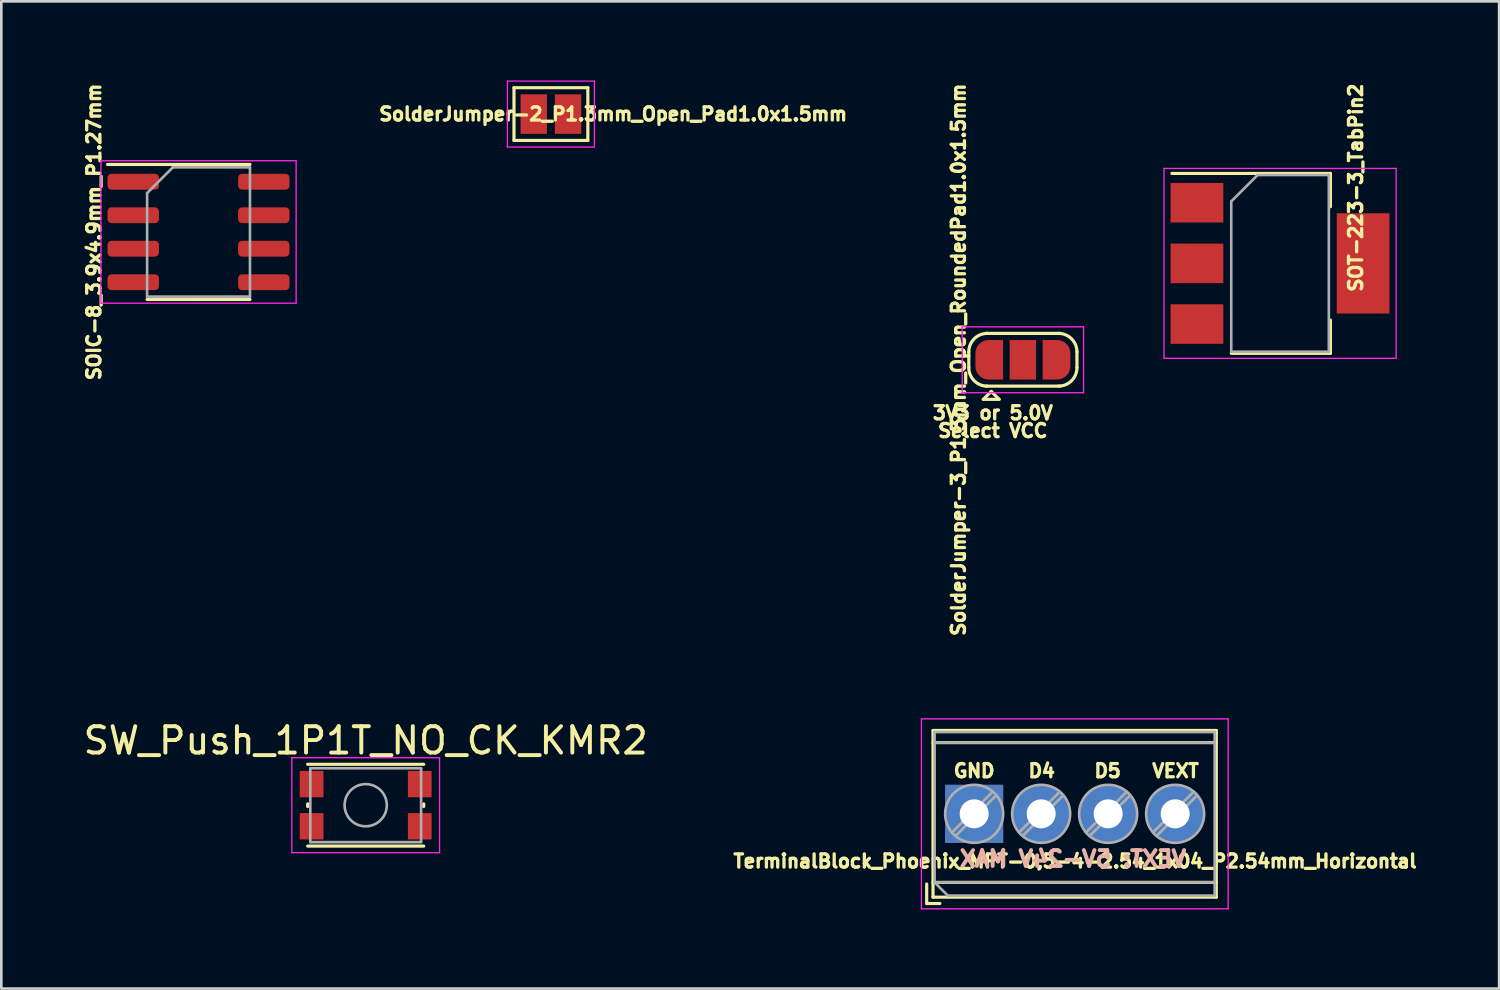
<source format=kicad_pcb>
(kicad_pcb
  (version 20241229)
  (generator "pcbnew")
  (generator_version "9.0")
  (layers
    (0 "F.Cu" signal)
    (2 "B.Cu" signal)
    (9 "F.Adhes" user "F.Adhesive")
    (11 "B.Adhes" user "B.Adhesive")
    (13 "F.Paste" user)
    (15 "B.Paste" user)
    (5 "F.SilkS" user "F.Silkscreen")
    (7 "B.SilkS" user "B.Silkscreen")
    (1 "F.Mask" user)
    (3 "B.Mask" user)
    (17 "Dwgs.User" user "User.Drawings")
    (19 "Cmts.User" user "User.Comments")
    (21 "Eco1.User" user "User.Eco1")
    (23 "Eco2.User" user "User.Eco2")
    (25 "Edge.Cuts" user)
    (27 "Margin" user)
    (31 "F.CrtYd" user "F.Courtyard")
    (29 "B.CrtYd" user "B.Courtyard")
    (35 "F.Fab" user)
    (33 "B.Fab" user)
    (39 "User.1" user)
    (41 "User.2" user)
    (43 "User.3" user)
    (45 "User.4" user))
  (footprint "SW_Push_1P1T_NO_CK_KMR2"
    (layer "F.Cu")
    (at 10.815 27.478)
    (property "Reference" "SW_Push_1P1T_NO_CK_KMR2" (at 0 -2.45 0) (layer "F.SilkS") (effects (font (size 1 1) (thickness 0.15))))
    (attr smd)
    (fp_line (start -2.2 0.05) (end -2.2 -0.05) (stroke (width 0.12) (type solid)) (layer "F.SilkS"))
    (fp_line (start -2.2 1.55) (end 2.2 1.55) (stroke (width 0.12) (type solid)) (layer "F.SilkS"))
    (fp_line (start 2.2 -1.55) (end -2.2 -1.55) (stroke (width 0.12) (type solid)) (layer "F.SilkS"))
    (fp_line (start 2.2 0.05) (end 2.2 -0.05) (stroke (width 0.12) (type solid)) (layer "F.SilkS"))
    (fp_line (start -2.8 -1.8) (end 2.8 -1.8) (stroke (width 0.05) (type solid)) (layer "F.CrtYd"))
    (fp_line (start -2.8 1.8) (end -2.8 -1.8) (stroke (width 0.05) (type solid)) (layer "F.CrtYd"))
    (fp_line (start 2.8 -1.8) (end 2.8 1.8) (stroke (width 0.05) (type solid)) (layer "F.CrtYd"))
    (fp_line (start 2.8 1.8) (end -2.8 1.8) (stroke (width 0.05) (type solid)) (layer "F.CrtYd"))
    (fp_line (start -2.1 -1.4) (end 2.1 -1.4) (stroke (width 0.1) (type solid)) (layer "F.Fab"))
    (fp_line (start -2.1 1.4) (end -2.1 -1.4) (stroke (width 0.1) (type solid)) (layer "F.Fab"))
    (fp_line (start 2.1 -1.4) (end 2.1 1.4) (stroke (width 0.1) (type solid)) (layer "F.Fab"))
    (fp_line (start 2.1 1.4) (end -2.1 1.4) (stroke (width 0.1) (type solid)) (layer "F.Fab"))
    (fp_circle (center 0 0) (end 0 0.8) (stroke (width 0.1) (type solid)) (fill no) (layer "F.Fab"))
    (pad "1" smd rect (at -2.05 -0.8) (size 0.9 1) (layers "F.Cu" "F.Mask" "F.Paste"))
    (pad "1" smd rect (at -2.05 0.8) (size 0.9 1) (layers "F.Cu" "F.Mask" "F.Paste"))
    (pad "2" smd rect (at 2.05 -0.8) (size 0.9 1) (layers "F.Cu" "F.Mask" "F.Paste"))
    (pad "2" smd rect (at 2.05 0.8) (size 0.9 1) (layers "F.Cu" "F.Mask" "F.Paste")))
  (footprint "SolderJumper-3_P1.3mm_Open_RoundedPad1.0x1.5mm"
    (layer "F.Cu")
    (at 35.731 10.59)
    (property "Reference" "SolderJumper-3_P1.3mm_Open_RoundedPad1.0x1.5mm" (at -2.44 0 90) (layer "F.SilkS") (effects (font (size 0.5 0.5) (thickness 0.125))))
    (attr exclude_from_pos_files)
    (fp_line (start -2.05 0.3) (end -2.05 -0.3) (stroke (width 0.12) (type solid)) (layer "F.SilkS"))
    (fp_line (start -1.5 1.5) (end -0.9 1.5) (stroke (width 0.12) (type solid)) (layer "F.SilkS"))
    (fp_line (start -1.4 -1) (end 1.4 -1) (stroke (width 0.12) (type solid)) (layer "F.SilkS"))
    (fp_line (start -1.2 1.2) (end -1.5 1.5) (stroke (width 0.12) (type solid)) (layer "F.SilkS"))
    (fp_line (start -1.2 1.2) (end -0.9 1.5) (stroke (width 0.12) (type solid)) (layer "F.SilkS"))
    (fp_line (start 1.4 1) (end -1.4 1) (stroke (width 0.12) (type solid)) (layer "F.SilkS"))
    (fp_line (start 2.05 -0.3) (end 2.05 0.3) (stroke (width 0.12) (type solid)) (layer "F.SilkS"))
    (fp_arc (start -2.05 -0.3) (mid -1.844975 -0.794975) (end -1.35 -1) (stroke (width 0.12) (type solid)) (layer "F.SilkS"))
    (fp_arc (start -1.35 1) (mid -1.844975 0.794975) (end -2.05 0.3) (stroke (width 0.12) (type solid)) (layer "F.SilkS"))
    (fp_arc (start 1.35 -1) (mid 1.844975 -0.794975) (end 2.05 -0.3) (stroke (width 0.12) (type solid)) (layer "F.SilkS"))
    (fp_arc (start 2.05 0.3) (mid 1.844975 0.794975) (end 1.35 1) (stroke (width 0.12) (type solid)) (layer "F.SilkS"))
    (fp_line (start -2.3 -1.25) (end -2.3 1.25) (stroke (width 0.05) (type solid)) (layer "F.CrtYd"))
    (fp_line (start -2.3 -1.25) (end 2.3 -1.25) (stroke (width 0.05) (type solid)) (layer "F.CrtYd"))
    (fp_line (start 2.3 1.25) (end -2.3 1.25) (stroke (width 0.05) (type solid)) (layer "F.CrtYd"))
    (fp_line (start 2.3 1.25) (end 2.3 -1.25) (stroke (width 0.05) (type solid)) (layer "F.CrtYd"))
    (fp_text user "Select VCC" (at -1.14 2.69 0) (unlocked yes) (layer "F.SilkS") (effects (font (size 0.5 0.5) (thickness 0.125))))
    (fp_text user "3V3 or 5.0V" (at -1.14 2.016 0) (unlocked yes) (layer "F.SilkS") (effects (font (size 0.5 0.5) (thickness 0.125))))
    (pad "1" smd custom (at -1.3 0) (size 1 0.5) (layers "F.Cu" "F.Mask") (options (anchor rect)) (primitives (gr_circle (center 0 0.25) (end 0.5 0.25) (width 0) (fill yes)) (gr_circle (center 0 -0.25) (end 0.5 -0.25) (width 0) (fill yes)) (gr_poly (pts (xy 0.55 0.75) (xy 0 0.75) (xy 0 -0.75) (xy 0.55 -0.75)) (width 0) (fill yes))))
    (pad "2" smd rect (at 0 0) (size 1 1.5) (layers "F.Cu" "F.Mask"))
    (pad "3" smd custom (at 1.3 0) (size 1 0.5) (layers "F.Cu" "F.Mask") (options (anchor rect)) (primitives (gr_circle (center 0 0.25) (end 0.5 0.25) (width 0) (fill yes)) (gr_circle (center 0 -0.25) (end 0.5 -0.25) (width 0) (fill yes)) (gr_poly (pts (xy 0 0.75) (xy -0.55 0.75) (xy -0.55 -0.75) (xy 0 -0.75)) (width 0) (fill yes)))))
  (footprint "TerminalBlock_Phoenix_MPT-0,5-4-2.54_1x04_P2.54mm_Horizontal"
    (layer "F.Cu")
    (at 33.884 27.805)
    (property "Reference" "TerminalBlock_Phoenix_MPT-0,5-4-2.54_1x04_P2.54mm_Horizontal" (at 3.825 1.795 0) (layer "F.SilkS") (effects (font (size 0.5 0.5) (thickness 0.125))))
    (attr through_hole)
    (fp_line (start -1.8 2.66) (end -1.8 3.4) (stroke (width 0.12) (type solid)) (layer "F.SilkS"))
    (fp_line (start -1.8 3.4) (end -1.3 3.4) (stroke (width 0.12) (type solid)) (layer "F.SilkS"))
    (fp_line (start -1.56 -3.16) (end -1.56 3.16) (stroke (width 0.12) (type solid)) (layer "F.SilkS"))
    (fp_line (start -1.56 -3.16) (end 9.18 -3.16) (stroke (width 0.12) (type solid)) (layer "F.SilkS"))
    (fp_line (start -1.56 -2.7) (end 9.18 -2.7) (stroke (width 0.12) (type solid)) (layer "F.SilkS"))
    (fp_line (start -1.56 2.6) (end 9.18 2.6) (stroke (width 0.12) (type solid)) (layer "F.SilkS"))
    (fp_line (start -1.56 3.16) (end 9.18 3.16) (stroke (width 0.12) (type solid)) (layer "F.SilkS"))
    (fp_line (start 9.18 -3.16) (end 9.18 3.16) (stroke (width 0.12) (type solid)) (layer "F.SilkS"))
    (fp_line (start -2 -3.6) (end -2 3.6) (stroke (width 0.05) (type solid)) (layer "F.CrtYd"))
    (fp_line (start -2 3.6) (end 9.63 3.6) (stroke (width 0.05) (type solid)) (layer "F.CrtYd"))
    (fp_line (start 9.63 -3.6) (end -2 -3.6) (stroke (width 0.05) (type solid)) (layer "F.CrtYd"))
    (fp_line (start 9.63 3.6) (end 9.63 -3.6) (stroke (width 0.05) (type solid)) (layer "F.CrtYd"))
    (fp_line (start -1.5 -3.1) (end 9.12 -3.1) (stroke (width 0.1) (type solid)) (layer "F.Fab"))
    (fp_line (start -1.5 -2.7) (end 9.12 -2.7) (stroke (width 0.1) (type solid)) (layer "F.Fab"))
    (fp_line (start -1.5 2.6) (end -1.5 -3.1) (stroke (width 0.1) (type solid)) (layer "F.Fab"))
    (fp_line (start -1.5 2.6) (end 9.12 2.6) (stroke (width 0.1) (type solid)) (layer "F.Fab"))
    (fp_line (start -1 3.1) (end -1.5 2.6) (stroke (width 0.1) (type solid)) (layer "F.Fab"))
    (fp_line (start 0.701 -0.835) (end -0.835 0.7) (stroke (width 0.1) (type solid)) (layer "F.Fab"))
    (fp_line (start 0.835 -0.7) (end -0.701 0.835) (stroke (width 0.1) (type solid)) (layer "F.Fab"))
    (fp_line (start 3.241 -0.835) (end 1.706 0.7) (stroke (width 0.1) (type solid)) (layer "F.Fab"))
    (fp_line (start 3.375 -0.7) (end 1.84 0.835) (stroke (width 0.1) (type solid)) (layer "F.Fab"))
    (fp_line (start 5.781 -0.835) (end 4.246 0.7) (stroke (width 0.1) (type solid)) (layer "F.Fab"))
    (fp_line (start 5.915 -0.7) (end 4.38 0.835) (stroke (width 0.1) (type solid)) (layer "F.Fab"))
    (fp_line (start 8.321 -0.835) (end 6.786 0.7) (stroke (width 0.1) (type solid)) (layer "F.Fab"))
    (fp_line (start 8.455 -0.7) (end 6.92 0.835) (stroke (width 0.1) (type solid)) (layer "F.Fab"))
    (fp_line (start 9.12 -3.1) (end 9.12 3.1) (stroke (width 0.1) (type solid)) (layer "F.Fab"))
    (fp_line (start 9.12 3.1) (end -1 3.1) (stroke (width 0.1) (type solid)) (layer "F.Fab"))
    (fp_circle (center 0 0) (end 1.1 0) (stroke (width 0.1) (type solid)) (fill no) (layer "F.Fab"))
    (fp_circle (center 2.54 0) (end 3.64 0) (stroke (width 0.1) (type solid)) (fill no) (layer "F.Fab"))
    (fp_circle (center 5.08 0) (end 6.18 0) (stroke (width 0.1) (type solid)) (fill no) (layer "F.Fab"))
    (fp_circle (center 7.62 0) (end 8.72 0) (stroke (width 0.1) (type solid)) (fill no) (layer "F.Fab"))
    (fp_text user "GND" (at 0 -1.63 0) (unlocked yes) (layer "F.SilkS") (effects (font (size 0.5 0.5) (thickness 0.25))))
    (fp_text user "VEXT" (at 7.635 -1.63 0) (unlocked yes) (layer "F.SilkS") (effects (font (size 0.5 0.5) (thickness 0.125))))
    (fp_text user "D5" (at 5.06 -1.63 0) (unlocked yes) (layer "F.SilkS") (effects (font (size 0.5 0.5) (thickness 0.25))))
    (fp_text user "D4" (at 2.56 -1.63 0) (unlocked yes) (layer "F.SilkS") (effects (font (size 0.5 0.5) (thickness 0.25))))
    (fp_text user "VEXT: 5V-24V MAX" (at 3.745 1.706 0) (unlocked yes) (layer "B.SilkS") (effects (font (size 0.6 0.6) (thickness 0.15)) (justify mirror)))
    (pad "1" thru_hole rect (at 0 0) (size 2.2 2.2) (drill 1.1) (layers "*.Cu" "*.Mask"))
    (pad "2" thru_hole circle (at 2.54 0) (size 2.2 2.2) (drill 1.1) (layers "*.Cu" "*.Mask"))
    (pad "3" thru_hole circle (at 5.08 0) (size 2.2 2.2) (drill 1.1) (layers "*.Cu" "*.Mask"))
    (pad "4" thru_hole circle (at 7.62 0) (size 2.2 2.2) (drill 1.1) (layers "*.Cu" "*.Mask")))
  (footprint "SolderJumper-2_P1.3mm_Open_Pad1.0x1.5mm"
    (layer "F.Cu")
    (at 17.837 1.275)
    (property "Reference" "SolderJumper-2_P1.3mm_Open_Pad1.0x1.5mm" (at 2.36 0 0) (layer "F.SilkS") (effects (font (size 0.5 0.5) (thickness 0.15))))
    (attr exclude_from_pos_files)
    (fp_line (start -1.4 -1) (end 1.4 -1) (stroke (width 0.12) (type solid)) (layer "F.SilkS"))
    (fp_line (start -1.4 1) (end -1.4 -1) (stroke (width 0.12) (type solid)) (layer "F.SilkS"))
    (fp_line (start 1.4 -1) (end 1.4 1) (stroke (width 0.12) (type solid)) (layer "F.SilkS"))
    (fp_line (start 1.4 1) (end -1.4 1) (stroke (width 0.12) (type solid)) (layer "F.SilkS"))
    (fp_line (start -1.65 -1.25) (end -1.65 1.25) (stroke (width 0.05) (type solid)) (layer "F.CrtYd"))
    (fp_line (start -1.65 -1.25) (end 1.65 -1.25) (stroke (width 0.05) (type solid)) (layer "F.CrtYd"))
    (fp_line (start 1.65 1.25) (end -1.65 1.25) (stroke (width 0.05) (type solid)) (layer "F.CrtYd"))
    (fp_line (start 1.65 1.25) (end 1.65 -1.25) (stroke (width 0.05) (type solid)) (layer "F.CrtYd"))
    (pad "1" smd rect (at -0.65 0 180) (size 1 1.5) (layers "F.Cu" "F.Mask"))
    (pad "2" smd rect (at 0.65 0 180) (size 1 1.5) (layers "F.Cu" "F.Mask")))
  (footprint "SOT-223-3_TabPin2"
    (layer "F.Cu")
    (at 45.481 6.936)
    (property "Reference" "SOT-223-3_TabPin2" (at 2.87 -2.87 90) (layer "F.SilkS") (effects (font (size 0.5 0.5) (thickness 0.125))))
    (attr smd)
    (fp_line (start -4.1 -3.41) (end 1.91 -3.41) (stroke (width 0.12) (type solid)) (layer "F.SilkS"))
    (fp_line (start -1.85 3.41) (end 1.91 3.41) (stroke (width 0.12) (type solid)) (layer "F.SilkS"))
    (fp_line (start 1.91 -3.41) (end 1.91 -2.15) (stroke (width 0.12) (type solid)) (layer "F.SilkS"))
    (fp_line (start 1.91 3.41) (end 1.91 2.15) (stroke (width 0.12) (type solid)) (layer "F.SilkS"))
    (fp_line (start -4.4 -3.6) (end -4.4 3.6) (stroke (width 0.05) (type solid)) (layer "F.CrtYd"))
    (fp_line (start -4.4 3.6) (end 4.4 3.6) (stroke (width 0.05) (type solid)) (layer "F.CrtYd"))
    (fp_line (start 4.4 -3.6) (end -4.4 -3.6) (stroke (width 0.05) (type solid)) (layer "F.CrtYd"))
    (fp_line (start 4.4 3.6) (end 4.4 -3.6) (stroke (width 0.05) (type solid)) (layer "F.CrtYd"))
    (fp_line (start -1.85 -2.35) (end -1.85 3.35) (stroke (width 0.1) (type solid)) (layer "F.Fab"))
    (fp_line (start -1.85 -2.35) (end -0.85 -3.35) (stroke (width 0.1) (type solid)) (layer "F.Fab"))
    (fp_line (start -1.85 3.35) (end 1.85 3.35) (stroke (width 0.1) (type solid)) (layer "F.Fab"))
    (fp_line (start -0.85 -3.35) (end 1.85 -3.35) (stroke (width 0.1) (type solid)) (layer "F.Fab"))
    (fp_line (start 1.85 -3.35) (end 1.85 3.35) (stroke (width 0.1) (type solid)) (layer "F.Fab"))
    (pad "1" smd rect (at -3.15 -2.3 180) (size 2 1.5) (layers "F.Cu" "F.Mask" "F.Paste"))
    (pad "2" smd rect (at -3.15 0 180) (size 2 1.5) (layers "F.Cu" "F.Mask" "F.Paste"))
    (pad "2" smd rect (at 3.15 0 180) (size 2 3.8) (layers "F.Cu" "F.Mask" "F.Paste"))
    (pad "3" smd rect (at -3.15 2.3 180) (size 2 1.5) (layers "F.Cu" "F.Mask" "F.Paste")))
  (footprint "SOIC-8_3.9x4.9mm_P1.27mm"
    (layer "F.Cu")
    (at 4.477 5.745)
    (property "Reference" "SOIC-8_3.9x4.9mm_P1.27mm" (at -3.965 0 90) (layer "F.SilkS") (effects (font (size 0.5 0.5) (thickness 0.125))))
    (attr smd)
    (fp_line (start 0 -2.56) (end -3.45 -2.56) (stroke (width 0.12) (type solid)) (layer "F.SilkS"))
    (fp_line (start 0 -2.56) (end 1.95 -2.56) (stroke (width 0.12) (type solid)) (layer "F.SilkS"))
    (fp_line (start 0 2.56) (end -1.95 2.56) (stroke (width 0.12) (type solid)) (layer "F.SilkS"))
    (fp_line (start 0 2.56) (end 1.95 2.56) (stroke (width 0.12) (type solid)) (layer "F.SilkS"))
    (fp_line (start -3.7 -2.7) (end -3.7 2.7) (stroke (width 0.05) (type solid)) (layer "F.CrtYd"))
    (fp_line (start -3.7 2.7) (end 3.7 2.7) (stroke (width 0.05) (type solid)) (layer "F.CrtYd"))
    (fp_line (start 3.7 -2.7) (end -3.7 -2.7) (stroke (width 0.05) (type solid)) (layer "F.CrtYd"))
    (fp_line (start 3.7 2.7) (end 3.7 -2.7) (stroke (width 0.05) (type solid)) (layer "F.CrtYd"))
    (fp_line (start -1.95 -1.475) (end -0.975 -2.45) (stroke (width 0.1) (type solid)) (layer "F.Fab"))
    (fp_line (start -1.95 2.45) (end -1.95 -1.475) (stroke (width 0.1) (type solid)) (layer "F.Fab"))
    (fp_line (start -0.975 -2.45) (end 1.95 -2.45) (stroke (width 0.1) (type solid)) (layer "F.Fab"))
    (fp_line (start 1.95 -2.45) (end 1.95 2.45) (stroke (width 0.1) (type solid)) (layer "F.Fab"))
    (fp_line (start 1.95 2.45) (end -1.95 2.45) (stroke (width 0.1) (type solid)) (layer "F.Fab"))
    (pad "1" smd roundrect (at -2.475 -1.905 180) (size 1.95 0.6) (layers "F.Cu" "F.Mask" "F.Paste") (roundrect_rratio 0.25))
    (pad "2" smd roundrect (at -2.475 -0.635 180) (size 1.95 0.6) (layers "F.Cu" "F.Mask" "F.Paste") (roundrect_rratio 0.25))
    (pad "3" smd roundrect (at -2.475 0.635 180) (size 1.95 0.6) (layers "F.Cu" "F.Mask" "F.Paste") (roundrect_rratio 0.25))
    (pad "4" smd roundrect (at -2.475 1.905 180) (size 1.95 0.6) (layers "F.Cu" "F.Mask" "F.Paste") (roundrect_rratio 0.25))
    (pad "5" smd roundrect (at 2.475 1.905 180) (size 1.95 0.6) (layers "F.Cu" "F.Mask" "F.Paste") (roundrect_rratio 0.25))
    (pad "6" smd roundrect (at 2.475 0.635 180) (size 1.95 0.6) (layers "F.Cu" "F.Mask" "F.Paste") (roundrect_rratio 0.25))
    (pad "7" smd roundrect (at 2.475 -0.635 180) (size 1.95 0.6) (layers "F.Cu" "F.Mask" "F.Paste") (roundrect_rratio 0.25))
    (pad "8" smd roundrect (at 2.475 -1.905 180) (size 1.95 0.6) (layers "F.Cu" "F.Mask" "F.Paste") (roundrect_rratio 0.25)))
  (gr_rect
    (start -3 -3)
    (end 53.787 34.43)
    (stroke (width 0.1) (type default))
    (fill no)
    (layer "Edge.Cuts")))
</source>
